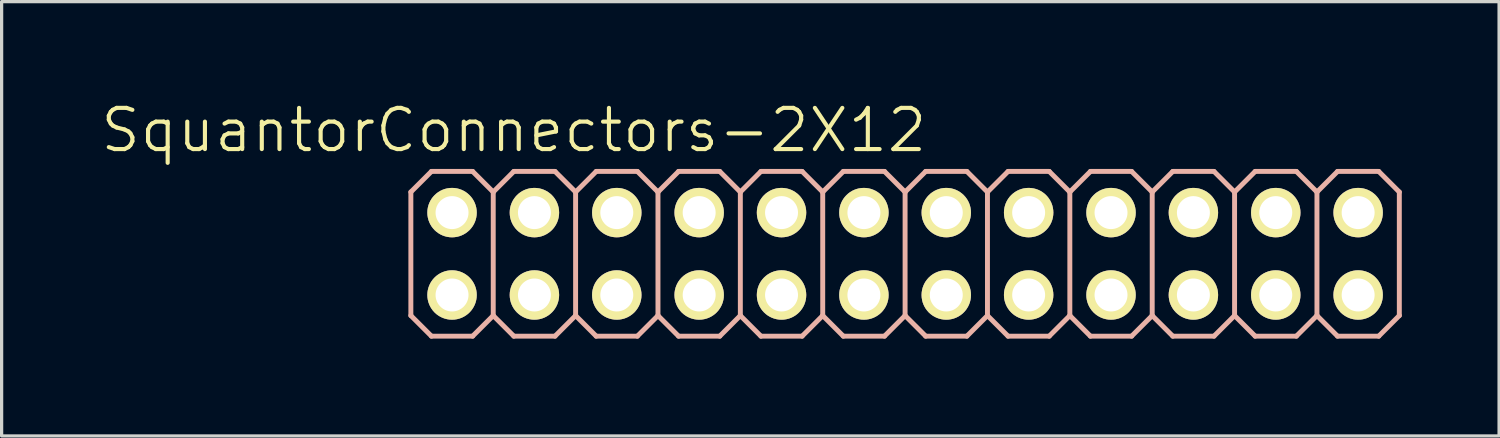
<source format=kicad_pcb>
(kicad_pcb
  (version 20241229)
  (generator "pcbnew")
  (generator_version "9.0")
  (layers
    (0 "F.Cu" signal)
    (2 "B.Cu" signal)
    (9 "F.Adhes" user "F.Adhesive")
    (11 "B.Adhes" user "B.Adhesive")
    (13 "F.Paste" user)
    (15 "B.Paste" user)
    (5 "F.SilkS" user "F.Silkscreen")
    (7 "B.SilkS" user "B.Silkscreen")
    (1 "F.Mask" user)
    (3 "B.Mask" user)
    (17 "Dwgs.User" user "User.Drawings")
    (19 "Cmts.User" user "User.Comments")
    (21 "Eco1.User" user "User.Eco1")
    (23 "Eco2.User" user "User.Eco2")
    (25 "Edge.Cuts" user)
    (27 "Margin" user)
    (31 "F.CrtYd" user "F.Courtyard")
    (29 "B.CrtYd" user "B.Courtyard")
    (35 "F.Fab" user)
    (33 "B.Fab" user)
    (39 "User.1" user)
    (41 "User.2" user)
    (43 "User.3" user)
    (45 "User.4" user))
  (footprint "SquantorConnectors-2X12"
    (layer "F.Cu")
    (at 24.859 4.776)
    (property "Reference" "SquantorConnectors-2X12" (at -12.065 -3.81 0) (layer "F.SilkS") (effects (font (size 1.27 1.27) (thickness 0.127))))
    (attr exclude_from_pos_files exclude_from_bom)
    (fp_line (start -14.224 -1.524) (end -13.716 -1.524) (stroke (width 0.066) (type solid)) (layer "F.SilkS"))
    (fp_line (start -14.224 -1.016) (end -14.224 -1.524) (stroke (width 0.066) (type solid)) (layer "F.SilkS"))
    (fp_line (start -14.224 -1.016) (end -13.716 -1.016) (stroke (width 0.066) (type solid)) (layer "F.SilkS"))
    (fp_line (start -14.224 1.016) (end -13.716 1.016) (stroke (width 0.066) (type solid)) (layer "F.SilkS"))
    (fp_line (start -14.224 1.524) (end -14.224 1.016) (stroke (width 0.066) (type solid)) (layer "F.SilkS"))
    (fp_line (start -14.224 1.524) (end -13.716 1.524) (stroke (width 0.066) (type solid)) (layer "F.SilkS"))
    (fp_line (start -13.716 -1.016) (end -13.716 -1.524) (stroke (width 0.066) (type solid)) (layer "F.SilkS"))
    (fp_line (start -13.716 1.524) (end -13.716 1.016) (stroke (width 0.066) (type solid)) (layer "F.SilkS"))
    (fp_line (start -11.684 -1.524) (end -11.176 -1.524) (stroke (width 0.066) (type solid)) (layer "F.SilkS"))
    (fp_line (start -11.684 -1.016) (end -11.684 -1.524) (stroke (width 0.066) (type solid)) (layer "F.SilkS"))
    (fp_line (start -11.684 -1.016) (end -11.176 -1.016) (stroke (width 0.066) (type solid)) (layer "F.SilkS"))
    (fp_line (start -11.684 1.016) (end -11.176 1.016) (stroke (width 0.066) (type solid)) (layer "F.SilkS"))
    (fp_line (start -11.684 1.524) (end -11.684 1.016) (stroke (width 0.066) (type solid)) (layer "F.SilkS"))
    (fp_line (start -11.684 1.524) (end -11.176 1.524) (stroke (width 0.066) (type solid)) (layer "F.SilkS"))
    (fp_line (start -11.176 -1.016) (end -11.176 -1.524) (stroke (width 0.066) (type solid)) (layer "F.SilkS"))
    (fp_line (start -11.176 1.524) (end -11.176 1.016) (stroke (width 0.066) (type solid)) (layer "F.SilkS"))
    (fp_line (start -9.144 -1.524) (end -8.636 -1.524) (stroke (width 0.066) (type solid)) (layer "F.SilkS"))
    (fp_line (start -9.144 -1.016) (end -9.144 -1.524) (stroke (width 0.066) (type solid)) (layer "F.SilkS"))
    (fp_line (start -9.144 -1.016) (end -8.636 -1.016) (stroke (width 0.066) (type solid)) (layer "F.SilkS"))
    (fp_line (start -9.144 1.016) (end -8.636 1.016) (stroke (width 0.066) (type solid)) (layer "F.SilkS"))
    (fp_line (start -9.144 1.524) (end -9.144 1.016) (stroke (width 0.066) (type solid)) (layer "F.SilkS"))
    (fp_line (start -9.144 1.524) (end -8.636 1.524) (stroke (width 0.066) (type solid)) (layer "F.SilkS"))
    (fp_line (start -8.636 -1.016) (end -8.636 -1.524) (stroke (width 0.066) (type solid)) (layer "F.SilkS"))
    (fp_line (start -8.636 1.524) (end -8.636 1.016) (stroke (width 0.066) (type solid)) (layer "F.SilkS"))
    (fp_line (start -6.604 -1.524) (end -6.096 -1.524) (stroke (width 0.066) (type solid)) (layer "F.SilkS"))
    (fp_line (start -6.604 -1.016) (end -6.604 -1.524) (stroke (width 0.066) (type solid)) (layer "F.SilkS"))
    (fp_line (start -6.604 -1.016) (end -6.096 -1.016) (stroke (width 0.066) (type solid)) (layer "F.SilkS"))
    (fp_line (start -6.604 1.016) (end -6.096 1.016) (stroke (width 0.066) (type solid)) (layer "F.SilkS"))
    (fp_line (start -6.604 1.524) (end -6.604 1.016) (stroke (width 0.066) (type solid)) (layer "F.SilkS"))
    (fp_line (start -6.604 1.524) (end -6.096 1.524) (stroke (width 0.066) (type solid)) (layer "F.SilkS"))
    (fp_line (start -6.096 -1.016) (end -6.096 -1.524) (stroke (width 0.066) (type solid)) (layer "F.SilkS"))
    (fp_line (start -6.096 1.524) (end -6.096 1.016) (stroke (width 0.066) (type solid)) (layer "F.SilkS"))
    (fp_line (start -4.064 -1.524) (end -3.556 -1.524) (stroke (width 0.066) (type solid)) (layer "F.SilkS"))
    (fp_line (start -4.064 -1.016) (end -4.064 -1.524) (stroke (width 0.066) (type solid)) (layer "F.SilkS"))
    (fp_line (start -4.064 -1.016) (end -3.556 -1.016) (stroke (width 0.066) (type solid)) (layer "F.SilkS"))
    (fp_line (start -4.064 1.016) (end -3.556 1.016) (stroke (width 0.066) (type solid)) (layer "F.SilkS"))
    (fp_line (start -4.064 1.524) (end -4.064 1.016) (stroke (width 0.066) (type solid)) (layer "F.SilkS"))
    (fp_line (start -4.064 1.524) (end -3.556 1.524) (stroke (width 0.066) (type solid)) (layer "F.SilkS"))
    (fp_line (start -3.556 -1.016) (end -3.556 -1.524) (stroke (width 0.066) (type solid)) (layer "F.SilkS"))
    (fp_line (start -3.556 1.524) (end -3.556 1.016) (stroke (width 0.066) (type solid)) (layer "F.SilkS"))
    (fp_line (start -1.524 -1.524) (end -1.016 -1.524) (stroke (width 0.066) (type solid)) (layer "F.SilkS"))
    (fp_line (start -1.524 -1.016) (end -1.524 -1.524) (stroke (width 0.066) (type solid)) (layer "F.SilkS"))
    (fp_line (start -1.524 -1.016) (end -1.016 -1.016) (stroke (width 0.066) (type solid)) (layer "F.SilkS"))
    (fp_line (start -1.524 1.016) (end -1.016 1.016) (stroke (width 0.066) (type solid)) (layer "F.SilkS"))
    (fp_line (start -1.524 1.524) (end -1.524 1.016) (stroke (width 0.066) (type solid)) (layer "F.SilkS"))
    (fp_line (start -1.524 1.524) (end -1.016 1.524) (stroke (width 0.066) (type solid)) (layer "F.SilkS"))
    (fp_line (start -1.016 -1.016) (end -1.016 -1.524) (stroke (width 0.066) (type solid)) (layer "F.SilkS"))
    (fp_line (start -1.016 1.524) (end -1.016 1.016) (stroke (width 0.066) (type solid)) (layer "F.SilkS"))
    (fp_line (start 1.016 -1.524) (end 1.524 -1.524) (stroke (width 0.066) (type solid)) (layer "F.SilkS"))
    (fp_line (start 1.016 -1.016) (end 1.016 -1.524) (stroke (width 0.066) (type solid)) (layer "F.SilkS"))
    (fp_line (start 1.016 -1.016) (end 1.524 -1.016) (stroke (width 0.066) (type solid)) (layer "F.SilkS"))
    (fp_line (start 1.016 1.016) (end 1.524 1.016) (stroke (width 0.066) (type solid)) (layer "F.SilkS"))
    (fp_line (start 1.016 1.524) (end 1.016 1.016) (stroke (width 0.066) (type solid)) (layer "F.SilkS"))
    (fp_line (start 1.016 1.524) (end 1.524 1.524) (stroke (width 0.066) (type solid)) (layer "F.SilkS"))
    (fp_line (start 1.524 -1.016) (end 1.524 -1.524) (stroke (width 0.066) (type solid)) (layer "F.SilkS"))
    (fp_line (start 1.524 1.524) (end 1.524 1.016) (stroke (width 0.066) (type solid)) (layer "F.SilkS"))
    (fp_line (start 3.556 -1.524) (end 4.064 -1.524) (stroke (width 0.066) (type solid)) (layer "F.SilkS"))
    (fp_line (start 3.556 -1.016) (end 3.556 -1.524) (stroke (width 0.066) (type solid)) (layer "F.SilkS"))
    (fp_line (start 3.556 -1.016) (end 4.064 -1.016) (stroke (width 0.066) (type solid)) (layer "F.SilkS"))
    (fp_line (start 3.556 1.016) (end 4.064 1.016) (stroke (width 0.066) (type solid)) (layer "F.SilkS"))
    (fp_line (start 3.556 1.524) (end 3.556 1.016) (stroke (width 0.066) (type solid)) (layer "F.SilkS"))
    (fp_line (start 3.556 1.524) (end 4.064 1.524) (stroke (width 0.066) (type solid)) (layer "F.SilkS"))
    (fp_line (start 4.064 -1.016) (end 4.064 -1.524) (stroke (width 0.066) (type solid)) (layer "F.SilkS"))
    (fp_line (start 4.064 1.524) (end 4.064 1.016) (stroke (width 0.066) (type solid)) (layer "F.SilkS"))
    (fp_line (start 6.096 -1.524) (end 6.604 -1.524) (stroke (width 0.066) (type solid)) (layer "F.SilkS"))
    (fp_line (start 6.096 -1.016) (end 6.096 -1.524) (stroke (width 0.066) (type solid)) (layer "F.SilkS"))
    (fp_line (start 6.096 -1.016) (end 6.604 -1.016) (stroke (width 0.066) (type solid)) (layer "F.SilkS"))
    (fp_line (start 6.096 1.016) (end 6.604 1.016) (stroke (width 0.066) (type solid)) (layer "F.SilkS"))
    (fp_line (start 6.096 1.524) (end 6.096 1.016) (stroke (width 0.066) (type solid)) (layer "F.SilkS"))
    (fp_line (start 6.096 1.524) (end 6.604 1.524) (stroke (width 0.066) (type solid)) (layer "F.SilkS"))
    (fp_line (start 6.604 -1.016) (end 6.604 -1.524) (stroke (width 0.066) (type solid)) (layer "F.SilkS"))
    (fp_line (start 6.604 1.524) (end 6.604 1.016) (stroke (width 0.066) (type solid)) (layer "F.SilkS"))
    (fp_line (start 8.636 -1.524) (end 9.144 -1.524) (stroke (width 0.066) (type solid)) (layer "F.SilkS"))
    (fp_line (start 8.636 -1.016) (end 8.636 -1.524) (stroke (width 0.066) (type solid)) (layer "F.SilkS"))
    (fp_line (start 8.636 -1.016) (end 9.144 -1.016) (stroke (width 0.066) (type solid)) (layer "F.SilkS"))
    (fp_line (start 8.636 1.016) (end 9.144 1.016) (stroke (width 0.066) (type solid)) (layer "F.SilkS"))
    (fp_line (start 8.636 1.524) (end 8.636 1.016) (stroke (width 0.066) (type solid)) (layer "F.SilkS"))
    (fp_line (start 8.636 1.524) (end 9.144 1.524) (stroke (width 0.066) (type solid)) (layer "F.SilkS"))
    (fp_line (start 9.144 -1.016) (end 9.144 -1.524) (stroke (width 0.066) (type solid)) (layer "F.SilkS"))
    (fp_line (start 9.144 1.524) (end 9.144 1.016) (stroke (width 0.066) (type solid)) (layer "F.SilkS"))
    (fp_line (start 11.176 -1.524) (end 11.684 -1.524) (stroke (width 0.066) (type solid)) (layer "F.SilkS"))
    (fp_line (start 11.176 -1.016) (end 11.176 -1.524) (stroke (width 0.066) (type solid)) (layer "F.SilkS"))
    (fp_line (start 11.176 -1.016) (end 11.684 -1.016) (stroke (width 0.066) (type solid)) (layer "F.SilkS"))
    (fp_line (start 11.176 1.016) (end 11.684 1.016) (stroke (width 0.066) (type solid)) (layer "F.SilkS"))
    (fp_line (start 11.176 1.524) (end 11.176 1.016) (stroke (width 0.066) (type solid)) (layer "F.SilkS"))
    (fp_line (start 11.176 1.524) (end 11.684 1.524) (stroke (width 0.066) (type solid)) (layer "F.SilkS"))
    (fp_line (start 11.684 -1.016) (end 11.684 -1.524) (stroke (width 0.066) (type solid)) (layer "F.SilkS"))
    (fp_line (start 11.684 1.524) (end 11.684 1.016) (stroke (width 0.066) (type solid)) (layer "F.SilkS"))
    (fp_line (start 13.716 -1.524) (end 14.224 -1.524) (stroke (width 0.066) (type solid)) (layer "F.SilkS"))
    (fp_line (start 13.716 -1.016) (end 13.716 -1.524) (stroke (width 0.066) (type solid)) (layer "F.SilkS"))
    (fp_line (start 13.716 -1.016) (end 14.224 -1.016) (stroke (width 0.066) (type solid)) (layer "F.SilkS"))
    (fp_line (start 13.716 1.016) (end 14.224 1.016) (stroke (width 0.066) (type solid)) (layer "F.SilkS"))
    (fp_line (start 13.716 1.524) (end 13.716 1.016) (stroke (width 0.066) (type solid)) (layer "F.SilkS"))
    (fp_line (start 13.716 1.524) (end 14.224 1.524) (stroke (width 0.066) (type solid)) (layer "F.SilkS"))
    (fp_line (start 14.224 -1.016) (end 14.224 -1.524) (stroke (width 0.066) (type solid)) (layer "F.SilkS"))
    (fp_line (start 14.224 1.524) (end 14.224 1.016) (stroke (width 0.066) (type solid)) (layer "F.SilkS"))
    (fp_line (start -15.24 -1.905) (end -14.605 -2.54) (stroke (width 0.152) (type solid)) (layer "B.SilkS"))
    (fp_line (start -15.24 1.905) (end -15.24 -1.905) (stroke (width 0.152) (type solid)) (layer "B.SilkS"))
    (fp_line (start -15.24 1.905) (end -14.605 2.54) (stroke (width 0.152) (type solid)) (layer "B.SilkS"))
    (fp_line (start -14.605 -2.54) (end -13.335 -2.54) (stroke (width 0.152) (type solid)) (layer "B.SilkS"))
    (fp_line (start -14.605 2.54) (end -13.335 2.54) (stroke (width 0.152) (type solid)) (layer "B.SilkS"))
    (fp_line (start -13.335 -2.54) (end -12.7 -1.905) (stroke (width 0.152) (type solid)) (layer "B.SilkS"))
    (fp_line (start -13.335 2.54) (end -12.7 1.905) (stroke (width 0.152) (type solid)) (layer "B.SilkS"))
    (fp_line (start -12.7 -1.905) (end -12.7 1.905) (stroke (width 0.152) (type solid)) (layer "B.SilkS"))
    (fp_line (start -12.7 -1.905) (end -12.065 -2.54) (stroke (width 0.152) (type solid)) (layer "B.SilkS"))
    (fp_line (start -12.7 1.905) (end -12.065 2.54) (stroke (width 0.152) (type solid)) (layer "B.SilkS"))
    (fp_line (start -12.065 -2.54) (end -10.795 -2.54) (stroke (width 0.152) (type solid)) (layer "B.SilkS"))
    (fp_line (start -12.065 2.54) (end -10.795 2.54) (stroke (width 0.152) (type solid)) (layer "B.SilkS"))
    (fp_line (start -10.795 -2.54) (end -10.16 -1.905) (stroke (width 0.152) (type solid)) (layer "B.SilkS"))
    (fp_line (start -10.795 2.54) (end -10.16 1.905) (stroke (width 0.152) (type solid)) (layer "B.SilkS"))
    (fp_line (start -10.16 -1.905) (end -10.16 1.905) (stroke (width 0.152) (type solid)) (layer "B.SilkS"))
    (fp_line (start -10.16 -1.905) (end -9.525 -2.54) (stroke (width 0.152) (type solid)) (layer "B.SilkS"))
    (fp_line (start -10.16 1.905) (end -9.525 2.54) (stroke (width 0.152) (type solid)) (layer "B.SilkS"))
    (fp_line (start -9.525 -2.54) (end -8.255 -2.54) (stroke (width 0.152) (type solid)) (layer "B.SilkS"))
    (fp_line (start -9.525 2.54) (end -8.255 2.54) (stroke (width 0.152) (type solid)) (layer "B.SilkS"))
    (fp_line (start -8.255 -2.54) (end -7.62 -1.905) (stroke (width 0.152) (type solid)) (layer "B.SilkS"))
    (fp_line (start -8.255 2.54) (end -7.62 1.905) (stroke (width 0.152) (type solid)) (layer "B.SilkS"))
    (fp_line (start -7.62 -1.905) (end -7.62 1.905) (stroke (width 0.152) (type solid)) (layer "B.SilkS"))
    (fp_line (start -7.62 -1.905) (end -6.985 -2.54) (stroke (width 0.152) (type solid)) (layer "B.SilkS"))
    (fp_line (start -7.62 1.905) (end -6.985 2.54) (stroke (width 0.152) (type solid)) (layer "B.SilkS"))
    (fp_line (start -6.985 -2.54) (end -5.715 -2.54) (stroke (width 0.152) (type solid)) (layer "B.SilkS"))
    (fp_line (start -6.985 2.54) (end -5.715 2.54) (stroke (width 0.152) (type solid)) (layer "B.SilkS"))
    (fp_line (start -5.715 -2.54) (end -5.08 -1.905) (stroke (width 0.152) (type solid)) (layer "B.SilkS"))
    (fp_line (start -5.715 2.54) (end -5.08 1.905) (stroke (width 0.152) (type solid)) (layer "B.SilkS"))
    (fp_line (start -5.08 -1.905) (end -5.08 1.905) (stroke (width 0.152) (type solid)) (layer "B.SilkS"))
    (fp_line (start -5.08 -1.905) (end -4.445 -2.54) (stroke (width 0.152) (type solid)) (layer "B.SilkS"))
    (fp_line (start -5.08 1.905) (end -4.445 2.54) (stroke (width 0.152) (type solid)) (layer "B.SilkS"))
    (fp_line (start -4.445 -2.54) (end -3.175 -2.54) (stroke (width 0.152) (type solid)) (layer "B.SilkS"))
    (fp_line (start -4.445 2.54) (end -3.175 2.54) (stroke (width 0.152) (type solid)) (layer "B.SilkS"))
    (fp_line (start -3.175 -2.54) (end -2.54 -1.905) (stroke (width 0.152) (type solid)) (layer "B.SilkS"))
    (fp_line (start -3.175 2.54) (end -2.54 1.905) (stroke (width 0.152) (type solid)) (layer "B.SilkS"))
    (fp_line (start -2.54 -1.905) (end -2.54 1.905) (stroke (width 0.152) (type solid)) (layer "B.SilkS"))
    (fp_line (start -2.54 -1.905) (end -1.905 -2.54) (stroke (width 0.152) (type solid)) (layer "B.SilkS"))
    (fp_line (start -2.54 1.905) (end -1.905 2.54) (stroke (width 0.152) (type solid)) (layer "B.SilkS"))
    (fp_line (start -1.905 -2.54) (end -0.635 -2.54) (stroke (width 0.152) (type solid)) (layer "B.SilkS"))
    (fp_line (start -1.905 2.54) (end -0.635 2.54) (stroke (width 0.152) (type solid)) (layer "B.SilkS"))
    (fp_line (start -0.635 -2.54) (end 0 -1.905) (stroke (width 0.152) (type solid)) (layer "B.SilkS"))
    (fp_line (start -0.635 2.54) (end 0 1.905) (stroke (width 0.152) (type solid)) (layer "B.SilkS"))
    (fp_line (start 0 -1.905) (end 0 1.905) (stroke (width 0.152) (type solid)) (layer "B.SilkS"))
    (fp_line (start 0 -1.905) (end 0.635 -2.54) (stroke (width 0.152) (type solid)) (layer "B.SilkS"))
    (fp_line (start 0 1.905) (end 0.635 2.54) (stroke (width 0.152) (type solid)) (layer "B.SilkS"))
    (fp_line (start 0.635 -2.54) (end 1.905 -2.54) (stroke (width 0.152) (type solid)) (layer "B.SilkS"))
    (fp_line (start 1.905 -2.54) (end 2.54 -1.905) (stroke (width 0.152) (type solid)) (layer "B.SilkS"))
    (fp_line (start 1.905 2.54) (end 0.635 2.54) (stroke (width 0.152) (type solid)) (layer "B.SilkS"))
    (fp_line (start 2.54 -1.905) (end 2.54 1.905) (stroke (width 0.152) (type solid)) (layer "B.SilkS"))
    (fp_line (start 2.54 -1.905) (end 3.175 -2.54) (stroke (width 0.152) (type solid)) (layer "B.SilkS"))
    (fp_line (start 2.54 1.905) (end 1.905 2.54) (stroke (width 0.152) (type solid)) (layer "B.SilkS"))
    (fp_line (start 2.54 1.905) (end 3.175 2.54) (stroke (width 0.152) (type solid)) (layer "B.SilkS"))
    (fp_line (start 3.175 -2.54) (end 4.445 -2.54) (stroke (width 0.152) (type solid)) (layer "B.SilkS"))
    (fp_line (start 4.445 -2.54) (end 5.08 -1.905) (stroke (width 0.152) (type solid)) (layer "B.SilkS"))
    (fp_line (start 4.445 2.54) (end 3.175 2.54) (stroke (width 0.152) (type solid)) (layer "B.SilkS"))
    (fp_line (start 5.08 -1.905) (end 5.08 1.905) (stroke (width 0.152) (type solid)) (layer "B.SilkS"))
    (fp_line (start 5.08 -1.905) (end 5.715 -2.54) (stroke (width 0.152) (type solid)) (layer "B.SilkS"))
    (fp_line (start 5.08 1.905) (end 4.445 2.54) (stroke (width 0.152) (type solid)) (layer "B.SilkS"))
    (fp_line (start 5.08 1.905) (end 5.715 2.54) (stroke (width 0.152) (type solid)) (layer "B.SilkS"))
    (fp_line (start 5.715 -2.54) (end 6.985 -2.54) (stroke (width 0.152) (type solid)) (layer "B.SilkS"))
    (fp_line (start 6.985 -2.54) (end 7.62 -1.905) (stroke (width 0.152) (type solid)) (layer "B.SilkS"))
    (fp_line (start 6.985 2.54) (end 5.715 2.54) (stroke (width 0.152) (type solid)) (layer "B.SilkS"))
    (fp_line (start 7.62 -1.905) (end 7.62 1.905) (stroke (width 0.152) (type solid)) (layer "B.SilkS"))
    (fp_line (start 7.62 -1.905) (end 8.255 -2.54) (stroke (width 0.152) (type solid)) (layer "B.SilkS"))
    (fp_line (start 7.62 1.905) (end 6.985 2.54) (stroke (width 0.152) (type solid)) (layer "B.SilkS"))
    (fp_line (start 7.62 1.905) (end 8.255 2.54) (stroke (width 0.152) (type solid)) (layer "B.SilkS"))
    (fp_line (start 8.255 -2.54) (end 9.525 -2.54) (stroke (width 0.152) (type solid)) (layer "B.SilkS"))
    (fp_line (start 9.525 -2.54) (end 10.16 -1.905) (stroke (width 0.152) (type solid)) (layer "B.SilkS"))
    (fp_line (start 9.525 2.54) (end 8.255 2.54) (stroke (width 0.152) (type solid)) (layer "B.SilkS"))
    (fp_line (start 10.16 -1.905) (end 10.16 1.905) (stroke (width 0.152) (type solid)) (layer "B.SilkS"))
    (fp_line (start 10.16 -1.905) (end 10.795 -2.54) (stroke (width 0.152) (type solid)) (layer "B.SilkS"))
    (fp_line (start 10.16 1.905) (end 9.525 2.54) (stroke (width 0.152) (type solid)) (layer "B.SilkS"))
    (fp_line (start 10.16 1.905) (end 10.795 2.54) (stroke (width 0.152) (type solid)) (layer "B.SilkS"))
    (fp_line (start 10.795 -2.54) (end 12.065 -2.54) (stroke (width 0.152) (type solid)) (layer "B.SilkS"))
    (fp_line (start 12.065 -2.54) (end 12.7 -1.905) (stroke (width 0.152) (type solid)) (layer "B.SilkS"))
    (fp_line (start 12.065 2.54) (end 10.795 2.54) (stroke (width 0.152) (type solid)) (layer "B.SilkS"))
    (fp_line (start 12.7 -1.905) (end 12.7 1.905) (stroke (width 0.152) (type solid)) (layer "B.SilkS"))
    (fp_line (start 12.7 -1.905) (end 13.335 -2.54) (stroke (width 0.152) (type solid)) (layer "B.SilkS"))
    (fp_line (start 12.7 1.905) (end 12.065 2.54) (stroke (width 0.152) (type solid)) (layer "B.SilkS"))
    (fp_line (start 12.7 1.905) (end 13.335 2.54) (stroke (width 0.152) (type solid)) (layer "B.SilkS"))
    (fp_line (start 13.335 -2.54) (end 14.605 -2.54) (stroke (width 0.152) (type solid)) (layer "B.SilkS"))
    (fp_line (start 14.605 -2.54) (end 15.24 -1.905) (stroke (width 0.152) (type solid)) (layer "B.SilkS"))
    (fp_line (start 14.605 2.54) (end 13.335 2.54) (stroke (width 0.152) (type solid)) (layer "B.SilkS"))
    (fp_line (start 15.24 -1.905) (end 15.24 1.905) (stroke (width 0.152) (type solid)) (layer "B.SilkS"))
    (fp_line (start 15.24 1.905) (end 14.605 2.54) (stroke (width 0.152) (type solid)) (layer "B.SilkS"))
    (pad "1" thru_hole circle (at -13.97 1.27) (size 1.524 1.524) (drill 1.016) (layers "*.Cu" "F.Mask" "F.SilkS" "F.Paste"))
    (pad "2" thru_hole circle (at -13.97 -1.27) (size 1.524 1.524) (drill 1.016) (layers "*.Cu" "F.Mask" "F.SilkS" "F.Paste"))
    (pad "3" thru_hole circle (at -11.43 1.27) (size 1.524 1.524) (drill 1.016) (layers "*.Cu" "F.Mask" "F.SilkS" "F.Paste"))
    (pad "4" thru_hole circle (at -11.43 -1.27) (size 1.524 1.524) (drill 1.016) (layers "*.Cu" "F.Mask" "F.SilkS" "F.Paste"))
    (pad "5" thru_hole circle (at -8.89 1.27) (size 1.524 1.524) (drill 1.016) (layers "*.Cu" "F.Mask" "F.SilkS" "F.Paste"))
    (pad "6" thru_hole circle (at -8.89 -1.27) (size 1.524 1.524) (drill 1.016) (layers "*.Cu" "F.Mask" "F.SilkS" "F.Paste"))
    (pad "7" thru_hole circle (at -6.35 1.27) (size 1.524 1.524) (drill 1.016) (layers "*.Cu" "F.Mask" "F.SilkS" "F.Paste"))
    (pad "8" thru_hole circle (at -6.35 -1.27) (size 1.524 1.524) (drill 1.016) (layers "*.Cu" "F.Mask" "F.SilkS" "F.Paste"))
    (pad "9" thru_hole circle (at -3.81 1.27) (size 1.524 1.524) (drill 1.016) (layers "*.Cu" "F.Mask" "F.SilkS" "F.Paste"))
    (pad "10" thru_hole circle (at -3.81 -1.27) (size 1.524 1.524) (drill 1.016) (layers "*.Cu" "F.Mask" "F.SilkS" "F.Paste"))
    (pad "11" thru_hole circle (at -1.27 1.27) (size 1.524 1.524) (drill 1.016) (layers "*.Cu" "F.Mask" "F.SilkS" "F.Paste"))
    (pad "12" thru_hole circle (at -1.27 -1.27) (size 1.524 1.524) (drill 1.016) (layers "*.Cu" "F.Mask" "F.SilkS" "F.Paste"))
    (pad "13" thru_hole circle (at 1.27 1.27) (size 1.524 1.524) (drill 1.016) (layers "*.Cu" "F.Mask" "F.SilkS" "F.Paste"))
    (pad "14" thru_hole circle (at 1.27 -1.27) (size 1.524 1.524) (drill 1.016) (layers "*.Cu" "F.Mask" "F.SilkS" "F.Paste"))
    (pad "15" thru_hole circle (at 3.81 1.27) (size 1.524 1.524) (drill 1.016) (layers "*.Cu" "F.Mask" "F.SilkS" "F.Paste"))
    (pad "16" thru_hole circle (at 3.81 -1.27) (size 1.524 1.524) (drill 1.016) (layers "*.Cu" "F.Mask" "F.SilkS" "F.Paste"))
    (pad "17" thru_hole circle (at 6.35 1.27) (size 1.524 1.524) (drill 1.016) (layers "*.Cu" "F.Mask" "F.SilkS" "F.Paste"))
    (pad "18" thru_hole circle (at 6.35 -1.27) (size 1.524 1.524) (drill 1.016) (layers "*.Cu" "F.Mask" "F.SilkS" "F.Paste"))
    (pad "19" thru_hole circle (at 8.89 1.27) (size 1.524 1.524) (drill 1.016) (layers "*.Cu" "F.Mask" "F.SilkS" "F.Paste"))
    (pad "20" thru_hole circle (at 8.89 -1.27) (size 1.524 1.524) (drill 1.016) (layers "*.Cu" "F.Mask" "F.SilkS" "F.Paste"))
    (pad "21" thru_hole circle (at 11.43 1.27) (size 1.524 1.524) (drill 1.016) (layers "*.Cu" "F.Mask" "F.SilkS" "F.Paste"))
    (pad "22" thru_hole circle (at 11.43 -1.27) (size 1.524 1.524) (drill 1.016) (layers "*.Cu" "F.Mask" "F.SilkS" "F.Paste"))
    (pad "23" thru_hole circle (at 13.97 1.27) (size 1.524 1.524) (drill 1.016) (layers "*.Cu" "F.Mask" "F.SilkS" "F.Paste"))
    (pad "24" thru_hole circle (at 13.97 -1.27) (size 1.524 1.524) (drill 1.016) (layers "*.Cu" "F.Mask" "F.SilkS" "F.Paste")))
  (gr_rect
    (start -3 -3)
    (end 43.175 10.392)
    (stroke (width 0.1) (type default))
    (fill no)
    (layer "Edge.Cuts")))
</source>
